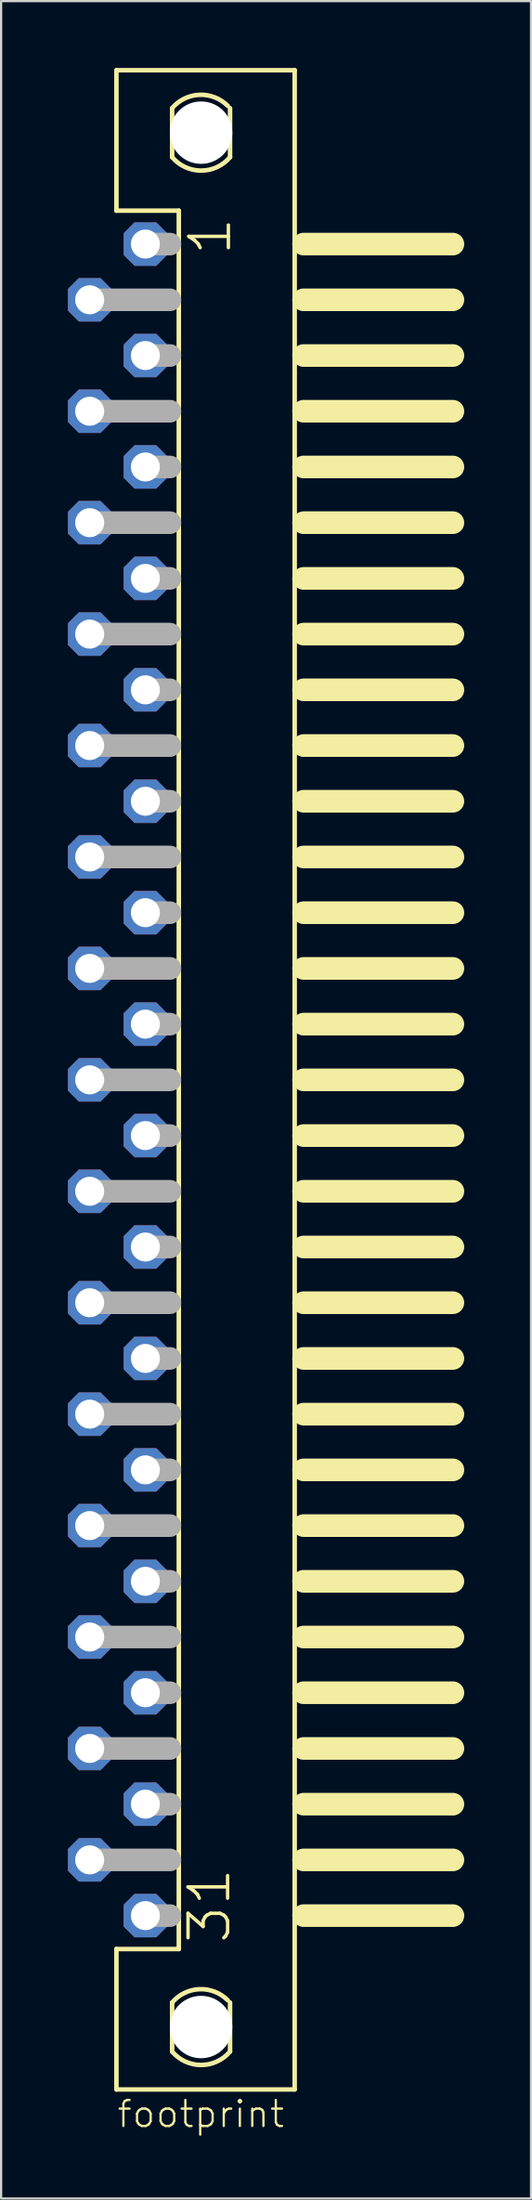
<source format=kicad_pcb>
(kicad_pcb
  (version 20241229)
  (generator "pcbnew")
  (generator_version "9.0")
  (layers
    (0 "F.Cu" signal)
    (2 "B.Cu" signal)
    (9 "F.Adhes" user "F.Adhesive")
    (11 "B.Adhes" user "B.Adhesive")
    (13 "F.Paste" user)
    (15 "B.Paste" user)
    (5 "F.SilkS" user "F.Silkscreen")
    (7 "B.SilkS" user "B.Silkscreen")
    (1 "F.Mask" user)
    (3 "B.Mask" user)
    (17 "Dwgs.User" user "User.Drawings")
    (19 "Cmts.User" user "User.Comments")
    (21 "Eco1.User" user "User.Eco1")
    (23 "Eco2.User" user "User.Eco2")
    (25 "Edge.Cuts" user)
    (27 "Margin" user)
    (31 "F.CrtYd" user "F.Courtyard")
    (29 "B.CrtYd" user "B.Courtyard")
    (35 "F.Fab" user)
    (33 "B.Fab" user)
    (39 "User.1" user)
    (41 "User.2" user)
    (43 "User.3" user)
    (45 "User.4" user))
  (footprint "footprint"
    (layer "F.Cu")
    (at 7.475 42.902)
    (property "Reference" "footprint" (at 2.31 48.22 0) (layer "F.SilkS") (effects (font (size 1.168 1.168) (thickness 0.102)) (justify right top)))
    (fp_line (start -5.3 -42.8) (end 2.7 -42.8) (stroke (width 0.203) (type solid)) (layer "F.SilkS"))
    (fp_line (start -5.3 -36.5) (end -5.3 -42.8) (stroke (width 0.203) (type solid)) (layer "F.SilkS"))
    (fp_line (start -5.3 41.5) (end -2.5 41.5) (stroke (width 0.203) (type solid)) (layer "F.SilkS"))
    (fp_line (start -5.3 47.8) (end -5.3 41.5) (stroke (width 0.203) (type solid)) (layer "F.SilkS"))
    (fp_line (start -2.8 -38.9) (end -2.8 -41.1) (stroke (width 0.203) (type solid)) (layer "F.SilkS"))
    (fp_line (start -2.8 46.1) (end -2.8 43.9) (stroke (width 0.203) (type solid)) (layer "F.SilkS"))
    (fp_line (start -2.5 -36.5) (end -5.3 -36.5) (stroke (width 0.203) (type solid)) (layer "F.SilkS"))
    (fp_line (start -2.5 41.5) (end -2.5 -36.5) (stroke (width 0.203) (type solid)) (layer "F.SilkS"))
    (fp_line (start -0.2 -41.1) (end -0.2 -38.9) (stroke (width 0.203) (type solid)) (layer "F.SilkS"))
    (fp_line (start -0.2 43.9) (end -0.2 46.1) (stroke (width 0.203) (type solid)) (layer "F.SilkS"))
    (fp_line (start 2.7 47.8) (end -5.3 47.8) (stroke (width 0.203) (type solid)) (layer "F.SilkS"))
    (fp_line (start 2.7 47.8) (end 2.7 -42.8) (stroke (width 0.203) (type solid)) (layer "F.SilkS"))
    (fp_line (start 3.1 -35) (end 9.8 -35) (stroke (width 1.016) (type solid)) (layer "F.SilkS"))
    (fp_line (start 3.1 -32.5) (end 9.8 -32.5) (stroke (width 1.016) (type solid)) (layer "F.SilkS"))
    (fp_line (start 3.1 -30) (end 9.8 -30) (stroke (width 1.016) (type solid)) (layer "F.SilkS"))
    (fp_line (start 3.1 -27.5) (end 9.8 -27.5) (stroke (width 1.016) (type solid)) (layer "F.SilkS"))
    (fp_line (start 3.1 -25) (end 9.8 -25) (stroke (width 1.016) (type solid)) (layer "F.SilkS"))
    (fp_line (start 3.1 -22.5) (end 9.8 -22.5) (stroke (width 1.016) (type solid)) (layer "F.SilkS"))
    (fp_line (start 3.1 -20) (end 9.8 -20) (stroke (width 1.016) (type solid)) (layer "F.SilkS"))
    (fp_line (start 3.1 -17.5) (end 9.8 -17.5) (stroke (width 1.016) (type solid)) (layer "F.SilkS"))
    (fp_line (start 3.1 -15) (end 9.8 -15) (stroke (width 1.016) (type solid)) (layer "F.SilkS"))
    (fp_line (start 3.1 -12.5) (end 9.8 -12.5) (stroke (width 1.016) (type solid)) (layer "F.SilkS"))
    (fp_line (start 3.1 -10) (end 9.8 -10) (stroke (width 1.016) (type solid)) (layer "F.SilkS"))
    (fp_line (start 3.1 -7.5) (end 9.8 -7.5) (stroke (width 1.016) (type solid)) (layer "F.SilkS"))
    (fp_line (start 3.1 -5) (end 9.8 -5) (stroke (width 1.016) (type solid)) (layer "F.SilkS"))
    (fp_line (start 3.1 -2.5) (end 9.8 -2.5) (stroke (width 1.016) (type solid)) (layer "F.SilkS"))
    (fp_line (start 3.1 0) (end 9.8 0) (stroke (width 1.016) (type solid)) (layer "F.SilkS"))
    (fp_line (start 3.1 2.5) (end 9.8 2.5) (stroke (width 1.016) (type solid)) (layer "F.SilkS"))
    (fp_line (start 3.1 5) (end 9.8 5) (stroke (width 1.016) (type solid)) (layer "F.SilkS"))
    (fp_line (start 3.1 7.5) (end 9.8 7.5) (stroke (width 1.016) (type solid)) (layer "F.SilkS"))
    (fp_line (start 3.1 10) (end 9.8 10) (stroke (width 1.016) (type solid)) (layer "F.SilkS"))
    (fp_line (start 3.1 12.5) (end 9.8 12.5) (stroke (width 1.016) (type solid)) (layer "F.SilkS"))
    (fp_line (start 3.1 15) (end 9.8 15) (stroke (width 1.016) (type solid)) (layer "F.SilkS"))
    (fp_line (start 3.1 17.5) (end 9.8 17.5) (stroke (width 1.016) (type solid)) (layer "F.SilkS"))
    (fp_line (start 3.1 20) (end 9.8 20) (stroke (width 1.016) (type solid)) (layer "F.SilkS"))
    (fp_line (start 3.1 22.5) (end 9.8 22.5) (stroke (width 1.016) (type solid)) (layer "F.SilkS"))
    (fp_line (start 3.1 25) (end 9.8 25) (stroke (width 1.016) (type solid)) (layer "F.SilkS"))
    (fp_line (start 3.1 27.5) (end 9.8 27.5) (stroke (width 1.016) (type solid)) (layer "F.SilkS"))
    (fp_line (start 3.1 30) (end 9.8 30) (stroke (width 1.016) (type solid)) (layer "F.SilkS"))
    (fp_line (start 3.1 32.5) (end 9.8 32.5) (stroke (width 1.016) (type solid)) (layer "F.SilkS"))
    (fp_line (start 3.1 35) (end 9.8 35) (stroke (width 1.016) (type solid)) (layer "F.SilkS"))
    (fp_line (start 3.1 37.5) (end 9.8 37.5) (stroke (width 1.016) (type solid)) (layer "F.SilkS"))
    (fp_line (start 3.1 40) (end 9.8 40) (stroke (width 1.016) (type solid)) (layer "F.SilkS"))
    (fp_arc (start -2.8 -41.1) (mid -1.571919 -41.698463) (end -0.3 -41.1999) (stroke (width 0.2032) (type solid)) (layer "F.SilkS"))
    (fp_arc (start -2.8 43.9) (mid -1.572013 43.301474) (end -0.300101 43.799899) (stroke (width 0.2032) (type solid)) (layer "F.SilkS"))
    (fp_arc (start -0.2 -38.9) (mid -1.5 -38.297061) (end -2.8 -38.9) (stroke (width 0.2032) (type solid)) (layer "F.SilkS"))
    (fp_arc (start -0.2 46.1) (mid -1.5 46.702903) (end -2.8 46.1) (stroke (width 0.2032) (type solid)) (layer "F.SilkS"))
    (fp_line (start -6.5 -32.5) (end -2.9 -32.5) (stroke (width 1.016) (type solid)) (layer "F.Fab"))
    (fp_line (start -6.5 -27.5) (end -2.9 -27.5) (stroke (width 1.016) (type solid)) (layer "F.Fab"))
    (fp_line (start -6.5 -22.5) (end -2.9 -22.5) (stroke (width 1.016) (type solid)) (layer "F.Fab"))
    (fp_line (start -6.5 -17.5) (end -2.9 -17.5) (stroke (width 1.016) (type solid)) (layer "F.Fab"))
    (fp_line (start -6.5 -12.5) (end -2.9 -12.5) (stroke (width 1.016) (type solid)) (layer "F.Fab"))
    (fp_line (start -6.5 -7.5) (end -2.9 -7.5) (stroke (width 1.016) (type solid)) (layer "F.Fab"))
    (fp_line (start -6.5 -2.5) (end -2.9 -2.5) (stroke (width 1.016) (type solid)) (layer "F.Fab"))
    (fp_line (start -6.5 2.5) (end -2.9 2.5) (stroke (width 1.016) (type solid)) (layer "F.Fab"))
    (fp_line (start -6.5 7.5) (end -2.9 7.5) (stroke (width 1.016) (type solid)) (layer "F.Fab"))
    (fp_line (start -6.5 12.5) (end -2.9 12.5) (stroke (width 1.016) (type solid)) (layer "F.Fab"))
    (fp_line (start -6.5 17.5) (end -2.9 17.5) (stroke (width 1.016) (type solid)) (layer "F.Fab"))
    (fp_line (start -6.5 22.5) (end -2.9 22.5) (stroke (width 1.016) (type solid)) (layer "F.Fab"))
    (fp_line (start -6.5 27.5) (end -2.9 27.5) (stroke (width 1.016) (type solid)) (layer "F.Fab"))
    (fp_line (start -6.5 32.5) (end -2.9 32.5) (stroke (width 1.016) (type solid)) (layer "F.Fab"))
    (fp_line (start -6.5 37.5) (end -2.9 37.5) (stroke (width 1.016) (type solid)) (layer "F.Fab"))
    (fp_line (start -4 -35) (end -2.9 -35) (stroke (width 1.016) (type solid)) (layer "F.Fab"))
    (fp_line (start -4 -30) (end -2.9 -30) (stroke (width 1.016) (type solid)) (layer "F.Fab"))
    (fp_line (start -4 -25) (end -2.9 -25) (stroke (width 1.016) (type solid)) (layer "F.Fab"))
    (fp_line (start -4 -20) (end -2.9 -20) (stroke (width 1.016) (type solid)) (layer "F.Fab"))
    (fp_line (start -4 -15) (end -2.9 -15) (stroke (width 1.016) (type solid)) (layer "F.Fab"))
    (fp_line (start -4 -10) (end -2.9 -10) (stroke (width 1.016) (type solid)) (layer "F.Fab"))
    (fp_line (start -4 -5) (end -2.9 -5) (stroke (width 1.016) (type solid)) (layer "F.Fab"))
    (fp_line (start -4 0) (end -2.9 0) (stroke (width 1.016) (type solid)) (layer "F.Fab"))
    (fp_line (start -4 5) (end -2.9 5) (stroke (width 1.016) (type solid)) (layer "F.Fab"))
    (fp_line (start -4 10) (end -2.9 10) (stroke (width 1.016) (type solid)) (layer "F.Fab"))
    (fp_line (start -4 15) (end -2.9 15) (stroke (width 1.016) (type solid)) (layer "F.Fab"))
    (fp_line (start -4 20) (end -2.9 20) (stroke (width 1.016) (type solid)) (layer "F.Fab"))
    (fp_line (start -4 25) (end -2.9 25) (stroke (width 1.016) (type solid)) (layer "F.Fab"))
    (fp_line (start -4 30) (end -2.9 30) (stroke (width 1.016) (type solid)) (layer "F.Fab"))
    (fp_line (start -4 35) (end -2.9 35) (stroke (width 1.016) (type solid)) (layer "F.Fab"))
    (fp_line (start -4 40) (end -2.9 40) (stroke (width 1.016) (type solid)) (layer "F.Fab"))
    (fp_text user "31" (at -0.085 41.35 90) (layer "F.SilkS") (effects (font (size 1.776 1.776) (thickness 0.154)) (justify left bottom)))
    (fp_text user "1" (at -0.05 -34.4 90) (layer "F.SilkS") (effects (font (size 1.776 1.776) (thickness 0.154)) (justify left bottom)))
    (pad "" np_thru_hole circle (at -1.5 -40) (size 2.8 2.8) (drill 2.8) (layers "*.Cu" "*.Mask"))
    (pad "" np_thru_hole circle (at -1.5 45) (size 2.8 2.8) (drill 2.8) (layers "*.Cu" "*.Mask"))
    (pad "1" thru_hole roundrect (at -4 -35) (size 1.95 1.95) (drill 1.3) (layers "*.Cu" "*.Mask") (roundrect_rratio 0.25) (chamfer_ratio 0.25) (chamfer top_left top_right bottom_left bottom_right))
    (pad "2" thru_hole roundrect (at -6.5 -32.5) (size 1.95 1.95) (drill 1.3) (layers "*.Cu" "*.Mask") (roundrect_rratio 0.25) (chamfer_ratio 0.25) (chamfer top_left top_right bottom_left bottom_right))
    (pad "3" thru_hole roundrect (at -4 -30) (size 1.95 1.95) (drill 1.3) (layers "*.Cu" "*.Mask") (roundrect_rratio 0.25) (chamfer_ratio 0.25) (chamfer top_left top_right bottom_left bottom_right))
    (pad "4" thru_hole roundrect (at -6.5 -27.5) (size 1.95 1.95) (drill 1.3) (layers "*.Cu" "*.Mask") (roundrect_rratio 0.25) (chamfer_ratio 0.25) (chamfer top_left top_right bottom_left bottom_right))
    (pad "5" thru_hole roundrect (at -4 -25) (size 1.95 1.95) (drill 1.3) (layers "*.Cu" "*.Mask") (roundrect_rratio 0.25) (chamfer_ratio 0.25) (chamfer top_left top_right bottom_left bottom_right))
    (pad "6" thru_hole roundrect (at -6.5 -22.5) (size 1.95 1.95) (drill 1.3) (layers "*.Cu" "*.Mask") (roundrect_rratio 0.25) (chamfer_ratio 0.25) (chamfer top_left top_right bottom_left bottom_right))
    (pad "7" thru_hole roundrect (at -4 -20) (size 1.95 1.95) (drill 1.3) (layers "*.Cu" "*.Mask") (roundrect_rratio 0.25) (chamfer_ratio 0.25) (chamfer top_left top_right bottom_left bottom_right))
    (pad "8" thru_hole roundrect (at -6.5 -17.5) (size 1.95 1.95) (drill 1.3) (layers "*.Cu" "*.Mask") (roundrect_rratio 0.25) (chamfer_ratio 0.25) (chamfer top_left top_right bottom_left bottom_right))
    (pad "9" thru_hole roundrect (at -4 -15) (size 1.95 1.95) (drill 1.3) (layers "*.Cu" "*.Mask") (roundrect_rratio 0.25) (chamfer_ratio 0.25) (chamfer top_left top_right bottom_left bottom_right))
    (pad "10" thru_hole roundrect (at -6.5 -12.5) (size 1.95 1.95) (drill 1.3) (layers "*.Cu" "*.Mask") (roundrect_rratio 0.25) (chamfer_ratio 0.25) (chamfer top_left top_right bottom_left bottom_right))
    (pad "11" thru_hole roundrect (at -4 -10) (size 1.95 1.95) (drill 1.3) (layers "*.Cu" "*.Mask") (roundrect_rratio 0.25) (chamfer_ratio 0.25) (chamfer top_left top_right bottom_left bottom_right))
    (pad "12" thru_hole roundrect (at -6.5 -7.5) (size 1.95 1.95) (drill 1.3) (layers "*.Cu" "*.Mask") (roundrect_rratio 0.25) (chamfer_ratio 0.25) (chamfer top_left top_right bottom_left bottom_right))
    (pad "13" thru_hole roundrect (at -4 -5) (size 1.95 1.95) (drill 1.3) (layers "*.Cu" "*.Mask") (roundrect_rratio 0.25) (chamfer_ratio 0.25) (chamfer top_left top_right bottom_left bottom_right))
    (pad "14" thru_hole roundrect (at -6.5 -2.5) (size 1.95 1.95) (drill 1.3) (layers "*.Cu" "*.Mask") (roundrect_rratio 0.25) (chamfer_ratio 0.25) (chamfer top_left top_right bottom_left bottom_right))
    (pad "15" thru_hole roundrect (at -4 -0.0001) (size 1.95 1.95) (drill 1.3) (layers "*.Cu" "*.Mask") (roundrect_rratio 0.25) (chamfer_ratio 0.25) (chamfer top_left top_right bottom_left bottom_right))
    (pad "16" thru_hole roundrect (at -6.5 2.5) (size 1.95 1.95) (drill 1.3) (layers "*.Cu" "*.Mask") (roundrect_rratio 0.25) (chamfer_ratio 0.25) (chamfer top_left top_right bottom_left bottom_right))
    (pad "17" thru_hole roundrect (at -4 5) (size 1.95 1.95) (drill 1.3) (layers "*.Cu" "*.Mask") (roundrect_rratio 0.25) (chamfer_ratio 0.25) (chamfer top_left top_right bottom_left bottom_right))
    (pad "18" thru_hole roundrect (at -6.5 7.5) (size 1.95 1.95) (drill 1.3) (layers "*.Cu" "*.Mask") (roundrect_rratio 0.25) (chamfer_ratio 0.25) (chamfer top_left top_right bottom_left bottom_right))
    (pad "19" thru_hole roundrect (at -4 10) (size 1.95 1.95) (drill 1.3) (layers "*.Cu" "*.Mask") (roundrect_rratio 0.25) (chamfer_ratio 0.25) (chamfer top_left top_right bottom_left bottom_right))
    (pad "20" thru_hole roundrect (at -6.5 12.5) (size 1.95 1.95) (drill 1.3) (layers "*.Cu" "*.Mask") (roundrect_rratio 0.25) (chamfer_ratio 0.25) (chamfer top_left top_right bottom_left bottom_right))
    (pad "21" thru_hole roundrect (at -4 15) (size 1.95 1.95) (drill 1.3) (layers "*.Cu" "*.Mask") (roundrect_rratio 0.25) (chamfer_ratio 0.25) (chamfer top_left top_right bottom_left bottom_right))
    (pad "22" thru_hole roundrect (at -6.5 17.5) (size 1.95 1.95) (drill 1.3) (layers "*.Cu" "*.Mask") (roundrect_rratio 0.25) (chamfer_ratio 0.25) (chamfer top_left top_right bottom_left bottom_right))
    (pad "23" thru_hole roundrect (at -4 20) (size 1.95 1.95) (drill 1.3) (layers "*.Cu" "*.Mask") (roundrect_rratio 0.25) (chamfer_ratio 0.25) (chamfer top_left top_right bottom_left bottom_right))
    (pad "24" thru_hole roundrect (at -6.5 22.5) (size 1.95 1.95) (drill 1.3) (layers "*.Cu" "*.Mask") (roundrect_rratio 0.25) (chamfer_ratio 0.25) (chamfer top_left top_right bottom_left bottom_right))
    (pad "25" thru_hole roundrect (at -4 25) (size 1.95 1.95) (drill 1.3) (layers "*.Cu" "*.Mask") (roundrect_rratio 0.25) (chamfer_ratio 0.25) (chamfer top_left top_right bottom_left bottom_right))
    (pad "26" thru_hole roundrect (at -6.5 27.5) (size 1.95 1.95) (drill 1.3) (layers "*.Cu" "*.Mask") (roundrect_rratio 0.25) (chamfer_ratio 0.25) (chamfer top_left top_right bottom_left bottom_right))
    (pad "27" thru_hole roundrect (at -4 30) (size 1.95 1.95) (drill 1.3) (layers "*.Cu" "*.Mask") (roundrect_rratio 0.25) (chamfer_ratio 0.25) (chamfer top_left top_right bottom_left bottom_right))
    (pad "28" thru_hole roundrect (at -6.5 32.5) (size 1.95 1.95) (drill 1.3) (layers "*.Cu" "*.Mask") (roundrect_rratio 0.25) (chamfer_ratio 0.25) (chamfer top_left top_right bottom_left bottom_right))
    (pad "29" thru_hole roundrect (at -4 35) (size 1.95 1.95) (drill 1.3) (layers "*.Cu" "*.Mask") (roundrect_rratio 0.25) (chamfer_ratio 0.25) (chamfer top_left top_right bottom_left bottom_right))
    (pad "30" thru_hole roundrect (at -6.5 37.5) (size 1.95 1.95) (drill 1.3) (layers "*.Cu" "*.Mask") (roundrect_rratio 0.25) (chamfer_ratio 0.25) (chamfer top_left top_right bottom_left bottom_right))
    (pad "31" thru_hole roundrect (at -4 40) (size 1.95 1.95) (drill 1.3) (layers "*.Cu" "*.Mask") (roundrect_rratio 0.25) (chamfer_ratio 0.25) (chamfer top_left top_right bottom_left bottom_right)))
  (gr_rect
    (start -3 -3)
    (end 20.783 95.595)
    (stroke (width 0.1) (type default))
    (fill no)
    (layer "Edge.Cuts")))
</source>
